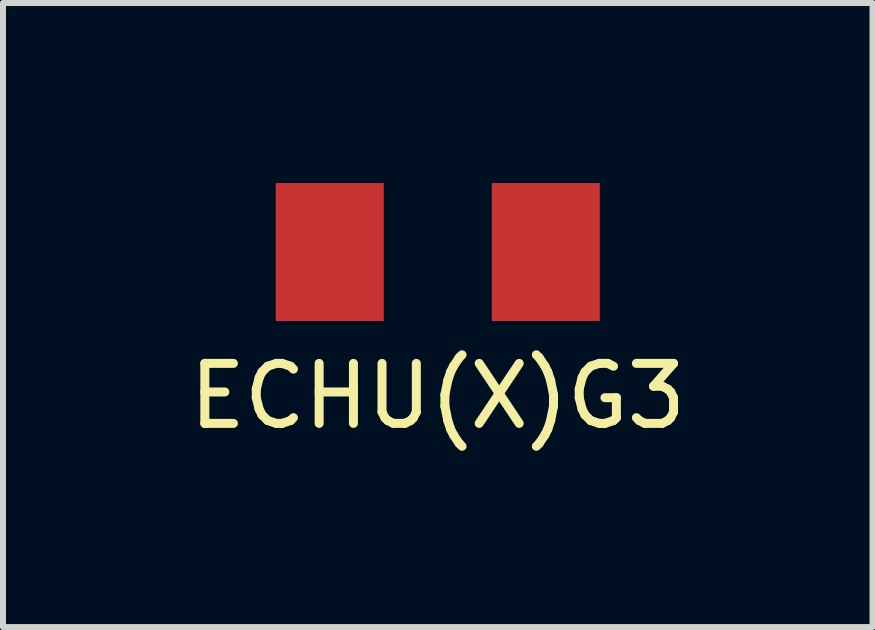
<source format=kicad_pcb>
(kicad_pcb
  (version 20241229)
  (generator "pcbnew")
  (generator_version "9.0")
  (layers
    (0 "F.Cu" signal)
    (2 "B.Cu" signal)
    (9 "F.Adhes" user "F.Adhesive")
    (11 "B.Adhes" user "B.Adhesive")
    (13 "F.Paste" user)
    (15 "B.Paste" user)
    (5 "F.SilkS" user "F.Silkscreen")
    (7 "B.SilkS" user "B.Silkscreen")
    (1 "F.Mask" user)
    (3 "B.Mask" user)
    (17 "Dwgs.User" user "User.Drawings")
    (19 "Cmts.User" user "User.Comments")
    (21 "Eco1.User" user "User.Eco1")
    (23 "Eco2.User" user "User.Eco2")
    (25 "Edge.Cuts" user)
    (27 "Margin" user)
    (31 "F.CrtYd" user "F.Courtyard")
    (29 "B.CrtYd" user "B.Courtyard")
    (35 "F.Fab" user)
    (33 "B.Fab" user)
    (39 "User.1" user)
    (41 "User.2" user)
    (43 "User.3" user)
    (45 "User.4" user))
  (footprint "ECHU(X)G3"
    (layer "F.Cu")
    (at 4.244 1.15)
    (property "Reference" "ECHU(X)G3" (at 0 2.4 0) (layer "F.SilkS") (effects (font (size 1 1) (thickness 0.15))))
    (attr through_hole)
    (pad "1" smd rect (at -1.8 0) (size 1.8 2.3) (layers "F.Cu" "F.Mask" "F.Paste"))
    (pad "2" smd rect (at 1.8 0) (size 1.8 2.3) (layers "F.Cu" "F.Mask" "F.Paste")))
  (gr_rect
    (start -3 -3)
    (end 11.488 7.398)
    (stroke (width 0.1) (type default))
    (fill no)
    (layer "Edge.Cuts")))
</source>
